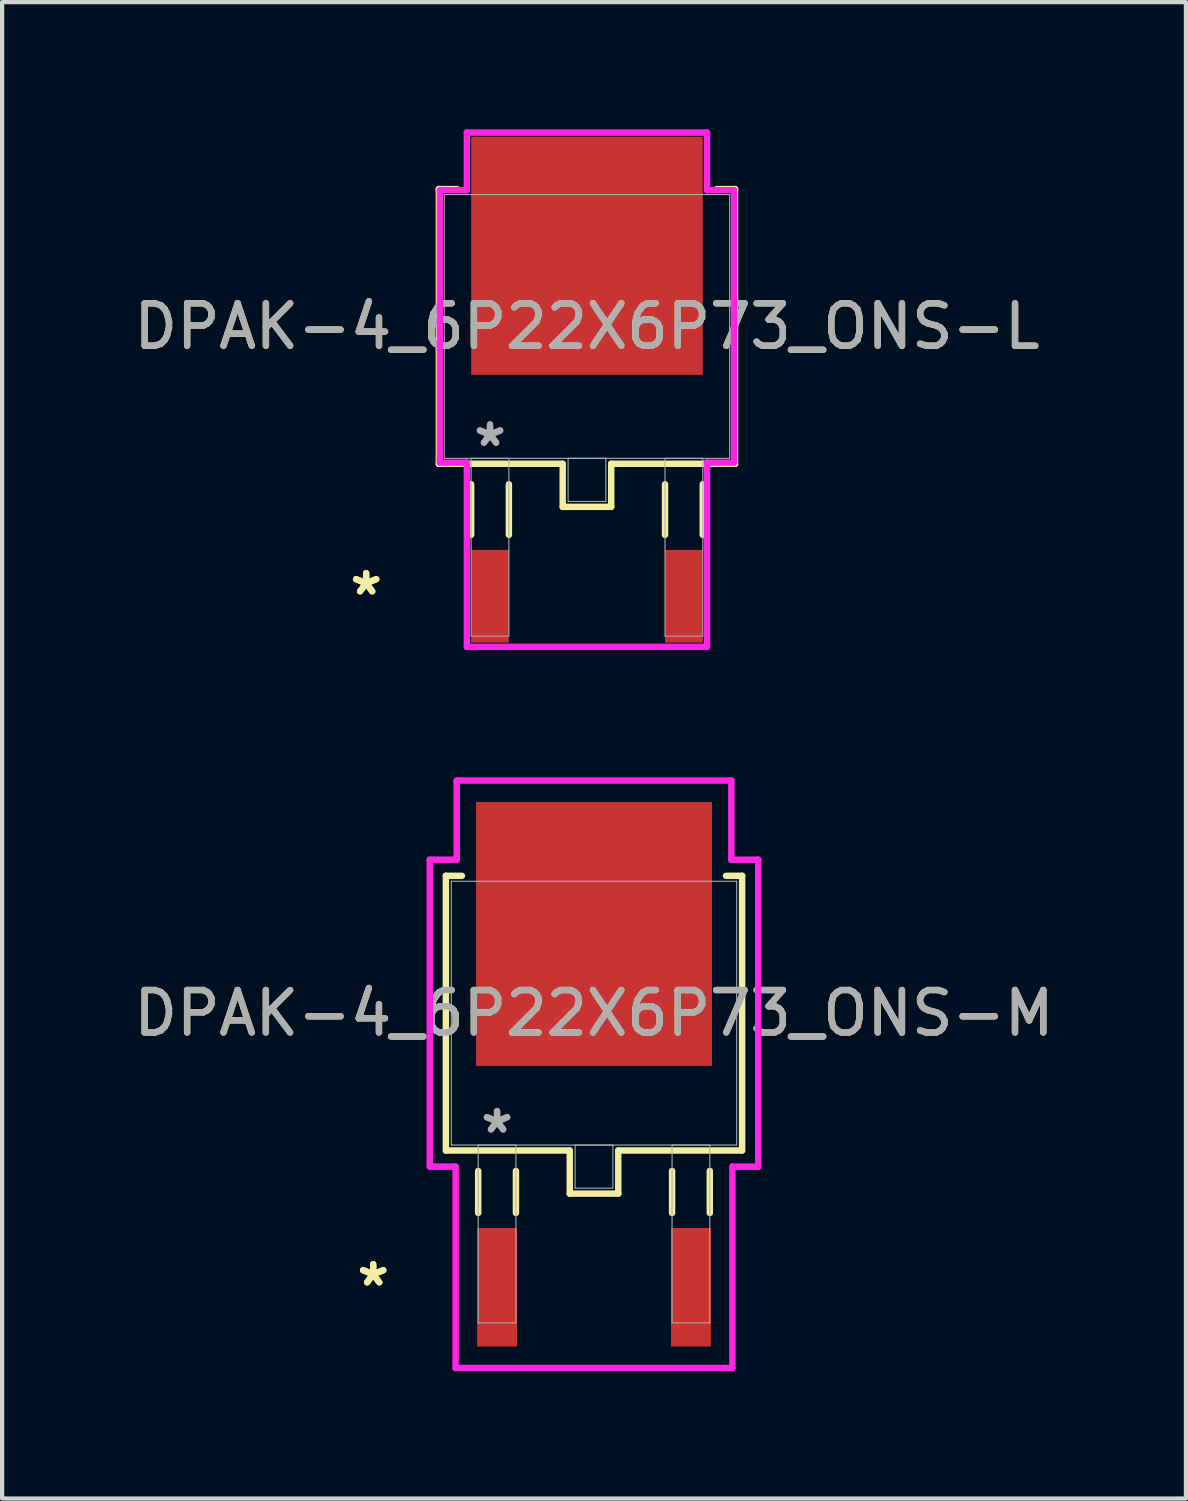
<source format=kicad_pcb>
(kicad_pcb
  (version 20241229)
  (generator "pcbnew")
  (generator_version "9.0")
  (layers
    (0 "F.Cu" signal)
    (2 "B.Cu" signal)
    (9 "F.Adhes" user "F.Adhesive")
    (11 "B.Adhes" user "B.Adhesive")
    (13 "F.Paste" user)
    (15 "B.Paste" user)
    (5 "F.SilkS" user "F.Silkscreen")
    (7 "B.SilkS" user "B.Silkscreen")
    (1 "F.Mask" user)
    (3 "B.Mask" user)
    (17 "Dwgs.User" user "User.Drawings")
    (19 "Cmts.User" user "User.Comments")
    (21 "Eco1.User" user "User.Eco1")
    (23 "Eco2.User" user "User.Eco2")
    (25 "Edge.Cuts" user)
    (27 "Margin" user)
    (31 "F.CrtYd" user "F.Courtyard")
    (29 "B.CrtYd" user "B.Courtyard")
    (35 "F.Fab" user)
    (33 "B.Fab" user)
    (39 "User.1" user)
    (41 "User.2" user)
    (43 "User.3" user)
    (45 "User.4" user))
  (footprint "DPAK-4_6P22X6P73_ONS-L"
    (layer "F.Cu")
    (at 10.792 4.648)
    (property "Reference" "DPAK-4_6P22X6P73_ONS-L" (at 0 0 0) (unlocked yes) (layer "F.SilkS") (effects (font (size 1 1) (thickness 0.15))))
    (attr smd)
    (fp_line (start -3.493 -3.239) (end -3.493 3.239) (stroke (width 0.152) (type solid)) (layer "F.SilkS"))
    (fp_line (start -3.493 3.239) (end -0.572 3.239) (stroke (width 0.152) (type solid)) (layer "F.SilkS"))
    (fp_line (start -3.063 -3.239) (end -3.493 -3.239) (stroke (width 0.152) (type solid)) (layer "F.SilkS"))
    (fp_line (start -2.731 3.721) (end -2.731 4.915) (stroke (width 0.152) (type solid)) (layer "F.SilkS"))
    (fp_line (start -1.841 3.721) (end -1.841 4.915) (stroke (width 0.152) (type solid)) (layer "F.SilkS"))
    (fp_line (start -0.572 3.239) (end -0.572 4.255) (stroke (width 0.152) (type solid)) (layer "F.SilkS"))
    (fp_line (start -0.572 4.255) (end 0.572 4.255) (stroke (width 0.152) (type solid)) (layer "F.SilkS"))
    (fp_line (start 0.572 3.239) (end 3.493 3.239) (stroke (width 0.152) (type solid)) (layer "F.SilkS"))
    (fp_line (start 0.572 4.255) (end 0.572 3.239) (stroke (width 0.152) (type solid)) (layer "F.SilkS"))
    (fp_line (start 1.841 3.721) (end 1.841 4.915) (stroke (width 0.152) (type solid)) (layer "F.SilkS"))
    (fp_line (start 2.731 3.721) (end 2.731 4.915) (stroke (width 0.152) (type solid)) (layer "F.SilkS"))
    (fp_line (start 3.493 -3.239) (end 3.063 -3.239) (stroke (width 0.152) (type solid)) (layer "F.SilkS"))
    (fp_line (start 3.493 3.239) (end 3.493 -3.239) (stroke (width 0.152) (type solid)) (layer "F.SilkS"))
    (fp_line (start -3.467 -3.213) (end -2.832 -3.213) (stroke (width 0.152) (type solid)) (layer "F.CrtYd"))
    (fp_line (start -3.467 3.213) (end -3.467 -3.213) (stroke (width 0.152) (type solid)) (layer "F.CrtYd"))
    (fp_line (start -2.832 -4.572) (end 2.832 -4.572) (stroke (width 0.152) (type solid)) (layer "F.CrtYd"))
    (fp_line (start -2.832 -3.213) (end -2.832 -4.572) (stroke (width 0.152) (type solid)) (layer "F.CrtYd"))
    (fp_line (start -2.832 3.213) (end -3.467 3.213) (stroke (width 0.152) (type solid)) (layer "F.CrtYd"))
    (fp_line (start -2.832 7.556) (end -2.832 3.213) (stroke (width 0.152) (type solid)) (layer "F.CrtYd"))
    (fp_line (start 2.832 -4.572) (end 2.832 -3.213) (stroke (width 0.152) (type solid)) (layer "F.CrtYd"))
    (fp_line (start 2.832 -3.213) (end 3.467 -3.213) (stroke (width 0.152) (type solid)) (layer "F.CrtYd"))
    (fp_line (start 2.832 3.213) (end 2.832 7.556) (stroke (width 0.152) (type solid)) (layer "F.CrtYd"))
    (fp_line (start 2.832 7.556) (end -2.832 7.556) (stroke (width 0.152) (type solid)) (layer "F.CrtYd"))
    (fp_line (start 3.467 -3.213) (end 3.467 3.213) (stroke (width 0.152) (type solid)) (layer "F.CrtYd"))
    (fp_line (start 3.467 3.213) (end 2.832 3.213) (stroke (width 0.152) (type solid)) (layer "F.CrtYd"))
    (fp_line (start -3.365 -3.111) (end -3.365 3.111) (stroke (width 0.025) (type solid)) (layer "F.Fab"))
    (fp_line (start -3.365 3.111) (end 3.365 3.111) (stroke (width 0.025) (type solid)) (layer "F.Fab"))
    (fp_line (start -2.731 3.111) (end -2.731 7.303) (stroke (width 0.025) (type solid)) (layer "F.Fab"))
    (fp_line (start -2.731 7.303) (end -1.841 7.303) (stroke (width 0.025) (type solid)) (layer "F.Fab"))
    (fp_line (start -1.841 3.111) (end -2.731 3.111) (stroke (width 0.025) (type solid)) (layer "F.Fab"))
    (fp_line (start -1.841 7.303) (end -1.841 3.111) (stroke (width 0.025) (type solid)) (layer "F.Fab"))
    (fp_line (start -0.445 3.111) (end -0.445 4.128) (stroke (width 0.025) (type solid)) (layer "F.Fab"))
    (fp_line (start -0.445 4.128) (end 0.445 4.128) (stroke (width 0.025) (type solid)) (layer "F.Fab"))
    (fp_line (start 0.445 3.111) (end -0.445 3.111) (stroke (width 0.025) (type solid)) (layer "F.Fab"))
    (fp_line (start 0.445 4.128) (end 0.445 3.111) (stroke (width 0.025) (type solid)) (layer "F.Fab"))
    (fp_line (start 1.841 3.111) (end 1.841 7.303) (stroke (width 0.025) (type solid)) (layer "F.Fab"))
    (fp_line (start 1.841 7.303) (end 2.731 7.303) (stroke (width 0.025) (type solid)) (layer "F.Fab"))
    (fp_line (start 2.731 3.111) (end 1.841 3.111) (stroke (width 0.025) (type solid)) (layer "F.Fab"))
    (fp_line (start 2.731 7.303) (end 2.731 3.111) (stroke (width 0.025) (type solid)) (layer "F.Fab"))
    (fp_line (start 3.365 -3.111) (end -3.365 -3.111) (stroke (width 0.025) (type solid)) (layer "F.Fab"))
    (fp_line (start 3.365 3.111) (end 3.365 -3.111) (stroke (width 0.025) (type solid)) (layer "F.Fab"))
    (fp_text user "*" (at -5.207 6.363 0) (layer "F.SilkS") (effects (font (size 1 1) (thickness 0.15))))
    (fp_text user "*" (at -5.207 6.363 0) (unlocked yes) (layer "F.SilkS") (effects (font (size 1 1) (thickness 0.15))))
    (fp_text user "${REFERENCE}" (at 0 0 0) (unlocked yes) (layer "F.Fab") (effects (font (size 1 1) (thickness 0.15))))
    (fp_text user "*" (at -2.286 2.857 0) (layer "F.Fab") (effects (font (size 1 1) (thickness 0.15))))
    (fp_text user "*" (at -2.286 2.857 0) (unlocked yes) (layer "F.Fab") (effects (font (size 1 1) (thickness 0.15))))
    (pad "1" smd rect (at -2.286 6.363) (size 0.889 2.184) (layers "F.Cu" "F.Mask" "F.Paste"))
    (pad "2" smd rect (at 2.286 6.363) (size 0.889 2.184) (layers "F.Cu" "F.Mask" "F.Paste"))
    (pad "3" smd rect (at 0 -1.664) (size 5.461 5.613) (layers "F.Cu" "F.Mask" "F.Paste")))
  (footprint "DPAK-4_6P22X6P73_ONS-M"
    (layer "F.Cu")
    (at 10.958 20.843)
    (property "Reference" "DPAK-4_6P22X6P73_ONS-M" (at 0 0 0) (unlocked yes) (layer "F.SilkS") (effects (font (size 1 1) (thickness 0.15))))
    (attr smd)
    (fp_line (start -3.493 -3.239) (end -3.493 3.239) (stroke (width 0.152) (type solid)) (layer "F.SilkS"))
    (fp_line (start -3.493 3.239) (end -0.572 3.239) (stroke (width 0.152) (type solid)) (layer "F.SilkS"))
    (fp_line (start -3.114 -3.239) (end -3.493 -3.239) (stroke (width 0.152) (type solid)) (layer "F.SilkS"))
    (fp_line (start -2.731 3.721) (end -2.731 4.712) (stroke (width 0.152) (type solid)) (layer "F.SilkS"))
    (fp_line (start -1.841 3.721) (end -1.841 4.712) (stroke (width 0.152) (type solid)) (layer "F.SilkS"))
    (fp_line (start -0.572 3.239) (end -0.572 4.255) (stroke (width 0.152) (type solid)) (layer "F.SilkS"))
    (fp_line (start -0.572 4.255) (end 0.572 4.255) (stroke (width 0.152) (type solid)) (layer "F.SilkS"))
    (fp_line (start 0.572 3.239) (end 3.493 3.239) (stroke (width 0.152) (type solid)) (layer "F.SilkS"))
    (fp_line (start 0.572 4.255) (end 0.572 3.239) (stroke (width 0.152) (type solid)) (layer "F.SilkS"))
    (fp_line (start 1.841 3.721) (end 1.841 4.712) (stroke (width 0.152) (type solid)) (layer "F.SilkS"))
    (fp_line (start 2.731 3.721) (end 2.731 4.712) (stroke (width 0.152) (type solid)) (layer "F.SilkS"))
    (fp_line (start 3.493 -3.239) (end 3.114 -3.239) (stroke (width 0.152) (type solid)) (layer "F.SilkS"))
    (fp_line (start 3.493 3.239) (end 3.493 -3.239) (stroke (width 0.152) (type solid)) (layer "F.SilkS"))
    (fp_line (start -3.873 -3.619) (end -3.239 -3.619) (stroke (width 0.152) (type solid)) (layer "F.CrtYd"))
    (fp_line (start -3.873 3.619) (end -3.873 -3.619) (stroke (width 0.152) (type solid)) (layer "F.CrtYd"))
    (fp_line (start -3.264 3.619) (end -3.873 3.619) (stroke (width 0.152) (type solid)) (layer "F.CrtYd"))
    (fp_line (start -3.264 8.369) (end -3.264 3.619) (stroke (width 0.152) (type solid)) (layer "F.CrtYd"))
    (fp_line (start -3.239 -5.486) (end 3.239 -5.486) (stroke (width 0.152) (type solid)) (layer "F.CrtYd"))
    (fp_line (start -3.239 -3.619) (end -3.239 -5.486) (stroke (width 0.152) (type solid)) (layer "F.CrtYd"))
    (fp_line (start 3.239 -5.486) (end 3.239 -3.619) (stroke (width 0.152) (type solid)) (layer "F.CrtYd"))
    (fp_line (start 3.239 -3.619) (end 3.873 -3.619) (stroke (width 0.152) (type solid)) (layer "F.CrtYd"))
    (fp_line (start 3.264 3.619) (end 3.264 8.369) (stroke (width 0.152) (type solid)) (layer "F.CrtYd"))
    (fp_line (start 3.264 8.369) (end -3.264 8.369) (stroke (width 0.152) (type solid)) (layer "F.CrtYd"))
    (fp_line (start 3.873 -3.619) (end 3.873 3.619) (stroke (width 0.152) (type solid)) (layer "F.CrtYd"))
    (fp_line (start 3.873 3.619) (end 3.264 3.619) (stroke (width 0.152) (type solid)) (layer "F.CrtYd"))
    (fp_line (start -3.365 -3.111) (end -3.365 3.111) (stroke (width 0.025) (type solid)) (layer "F.Fab"))
    (fp_line (start -3.365 3.111) (end 3.365 3.111) (stroke (width 0.025) (type solid)) (layer "F.Fab"))
    (fp_line (start -2.731 3.111) (end -2.731 7.303) (stroke (width 0.025) (type solid)) (layer "F.Fab"))
    (fp_line (start -2.731 7.303) (end -1.841 7.303) (stroke (width 0.025) (type solid)) (layer "F.Fab"))
    (fp_line (start -1.841 3.111) (end -2.731 3.111) (stroke (width 0.025) (type solid)) (layer "F.Fab"))
    (fp_line (start -1.841 7.303) (end -1.841 3.111) (stroke (width 0.025) (type solid)) (layer "F.Fab"))
    (fp_line (start -0.445 3.111) (end -0.445 4.128) (stroke (width 0.025) (type solid)) (layer "F.Fab"))
    (fp_line (start -0.445 4.128) (end 0.445 4.128) (stroke (width 0.025) (type solid)) (layer "F.Fab"))
    (fp_line (start 0.445 3.111) (end -0.445 3.111) (stroke (width 0.025) (type solid)) (layer "F.Fab"))
    (fp_line (start 0.445 4.128) (end 0.445 3.111) (stroke (width 0.025) (type solid)) (layer "F.Fab"))
    (fp_line (start 1.841 3.111) (end 1.841 7.303) (stroke (width 0.025) (type solid)) (layer "F.Fab"))
    (fp_line (start 1.841 7.303) (end 2.731 7.303) (stroke (width 0.025) (type solid)) (layer "F.Fab"))
    (fp_line (start 2.731 3.111) (end 1.841 3.111) (stroke (width 0.025) (type solid)) (layer "F.Fab"))
    (fp_line (start 2.731 7.303) (end 2.731 3.111) (stroke (width 0.025) (type solid)) (layer "F.Fab"))
    (fp_line (start 3.365 -3.111) (end -3.365 -3.111) (stroke (width 0.025) (type solid)) (layer "F.Fab"))
    (fp_line (start 3.365 3.111) (end 3.365 -3.111) (stroke (width 0.025) (type solid)) (layer "F.Fab"))
    (fp_text user "*" (at -5.207 6.464 0) (layer "F.SilkS") (effects (font (size 1 1) (thickness 0.15))))
    (fp_text user "*" (at -5.207 6.464 0) (unlocked yes) (layer "F.SilkS") (effects (font (size 1 1) (thickness 0.15))))
    (fp_text user "*" (at -2.286 2.857 0) (layer "F.Fab") (effects (font (size 1 1) (thickness 0.15))))
    (fp_text user "*" (at -2.286 2.857 0) (unlocked yes) (layer "F.Fab") (effects (font (size 1 1) (thickness 0.15))))
    (fp_text user "${REFERENCE}" (at 0 0 0) (unlocked yes) (layer "F.Fab") (effects (font (size 1 1) (thickness 0.15))))
    (pad "1" smd rect (at -2.286 6.464) (size 0.94 2.794) (layers "F.Cu" "F.Mask" "F.Paste"))
    (pad "2" smd rect (at 2.286 6.464) (size 0.94 2.794) (layers "F.Cu" "F.Mask" "F.Paste"))
    (pad "3" smd rect (at 0 -1.867) (size 5.563 6.223) (layers "F.Cu" "F.Mask" "F.Paste")))
  (gr_rect
    (start -3 -3)
    (end 24.917 32.289)
    (stroke (width 0.1) (type default))
    (fill no)
    (layer "Edge.Cuts")))
</source>
